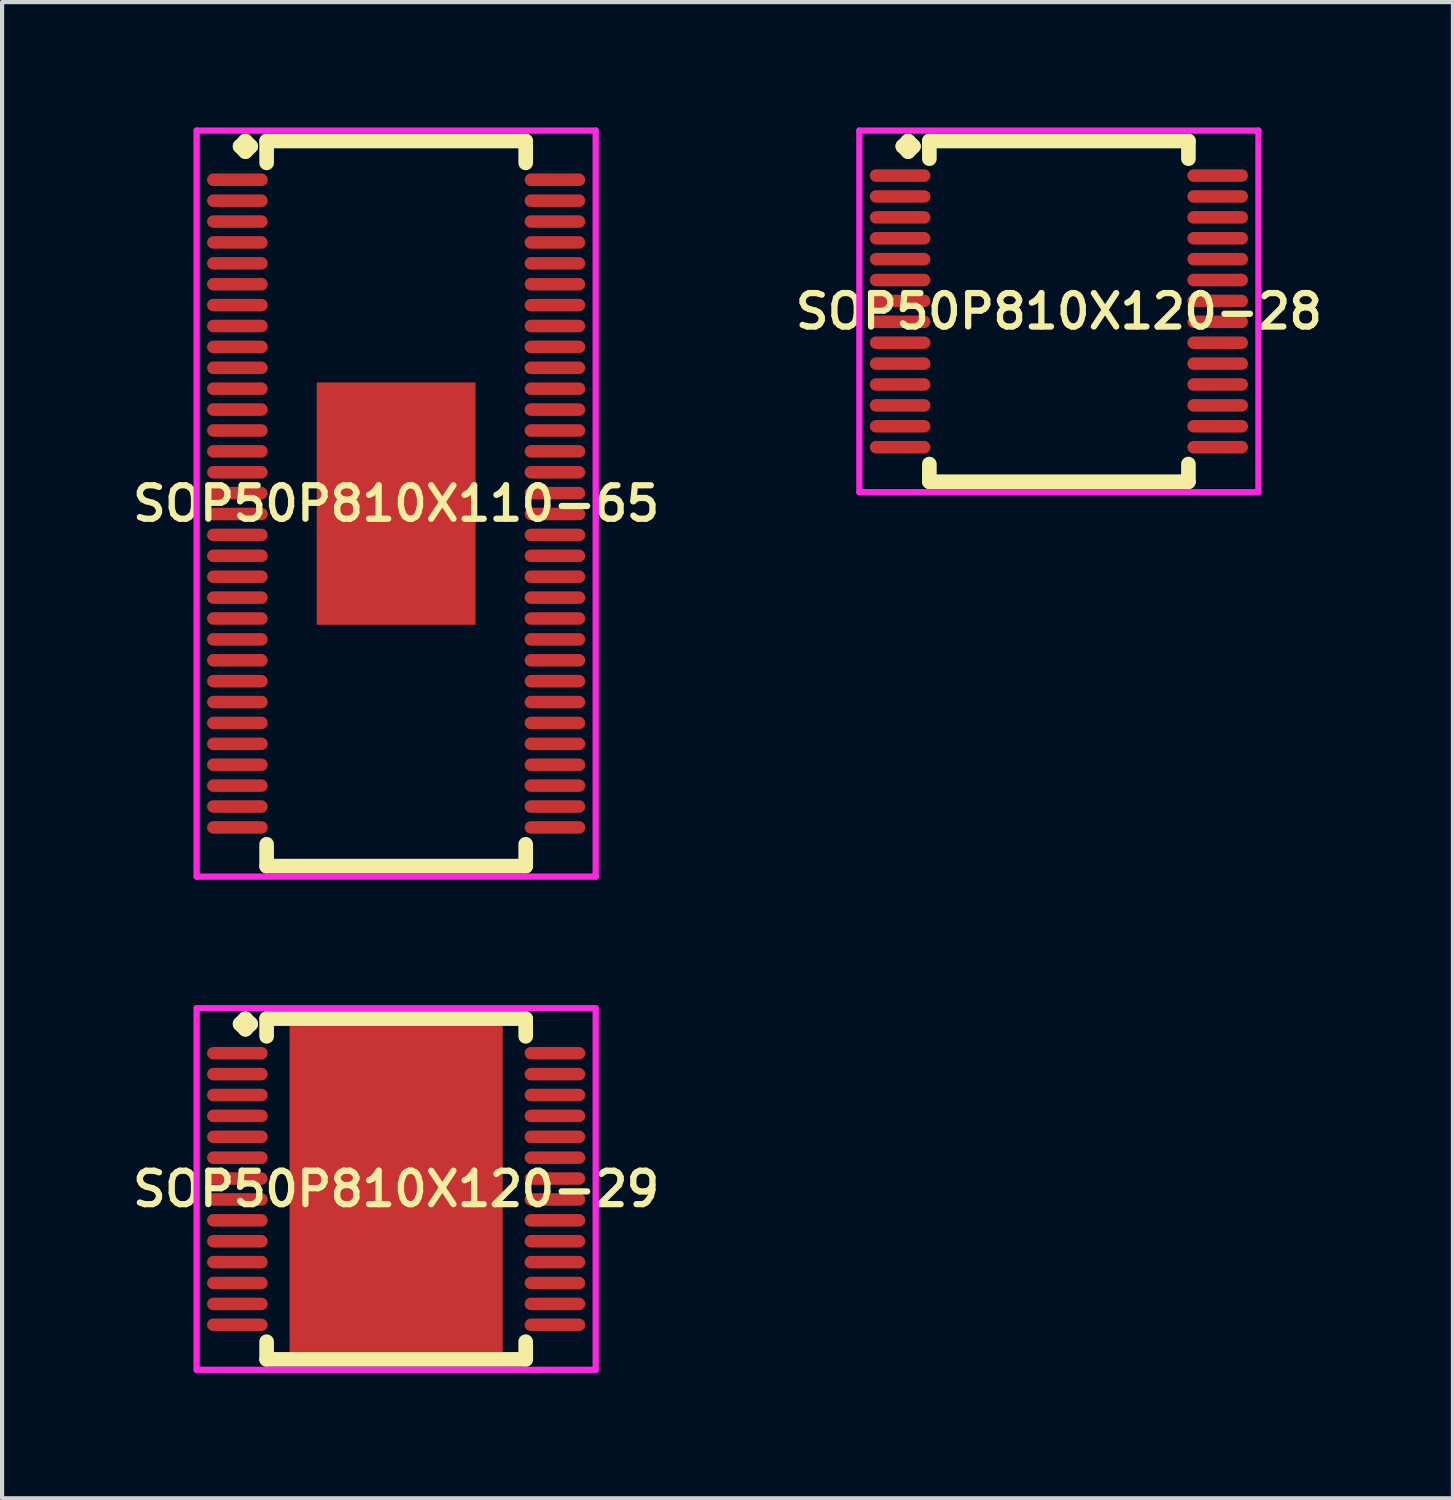
<source format=kicad_pcb>
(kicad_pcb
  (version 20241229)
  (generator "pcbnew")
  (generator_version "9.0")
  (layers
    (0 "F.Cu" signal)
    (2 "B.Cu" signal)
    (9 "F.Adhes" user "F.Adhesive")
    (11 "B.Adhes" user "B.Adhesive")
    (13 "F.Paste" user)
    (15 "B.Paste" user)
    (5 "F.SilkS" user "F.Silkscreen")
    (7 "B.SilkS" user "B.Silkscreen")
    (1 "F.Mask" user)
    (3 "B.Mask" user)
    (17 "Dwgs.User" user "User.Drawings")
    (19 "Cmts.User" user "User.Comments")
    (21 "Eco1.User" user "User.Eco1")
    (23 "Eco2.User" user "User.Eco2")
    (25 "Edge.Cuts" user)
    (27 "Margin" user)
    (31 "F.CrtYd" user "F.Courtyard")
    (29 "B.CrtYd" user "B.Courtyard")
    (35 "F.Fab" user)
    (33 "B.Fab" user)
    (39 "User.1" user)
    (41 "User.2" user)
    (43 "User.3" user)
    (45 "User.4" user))
  (footprint "SOP50P810X120-29"
    (layer "F.Cu")
    (at 6.431 25.406)
    (property "Reference" "SOP50P810X120-29" (at 0 0 0) (layer "F.SilkS") (effects (font (size 0.8 0.8) (thickness 0.15))))
    (attr smd)
    (fp_line (start -3.735 -3.95) (end -3.608 -4.077) (stroke (width 0.35) (type solid)) (layer "F.SilkS"))
    (fp_line (start -3.608 -4.077) (end -3.481 -3.95) (stroke (width 0.35) (type solid)) (layer "F.SilkS"))
    (fp_line (start -3.608 -3.823) (end -3.735 -3.95) (stroke (width 0.35) (type solid)) (layer "F.SilkS"))
    (fp_line (start -3.481 -3.95) (end -3.608 -3.823) (stroke (width 0.35) (type solid)) (layer "F.SilkS"))
    (fp_line (start -3.1 -4.077) (end 3.1 -4.077) (stroke (width 0.35) (type solid)) (layer "F.SilkS"))
    (fp_line (start -3.1 -3.654) (end -3.1 -4.077) (stroke (width 0.35) (type solid)) (layer "F.SilkS"))
    (fp_line (start -3.1 3.654) (end -3.1 4.077) (stroke (width 0.35) (type solid)) (layer "F.SilkS"))
    (fp_line (start -3.1 4.077) (end 3.1 4.077) (stroke (width 0.35) (type solid)) (layer "F.SilkS"))
    (fp_line (start 3.1 -4.077) (end 3.1 -3.654) (stroke (width 0.35) (type solid)) (layer "F.SilkS"))
    (fp_line (start 3.1 4.077) (end 3.1 3.654) (stroke (width 0.35) (type solid)) (layer "F.SilkS"))
    (fp_line (start -4.775 -4.327) (end 4.775 -4.327) (stroke (width 0.15) (type solid)) (layer "F.CrtYd"))
    (fp_line (start -4.775 4.327) (end -4.775 -4.327) (stroke (width 0.15) (type solid)) (layer "F.CrtYd"))
    (fp_line (start 4.775 -4.327) (end 4.775 4.327) (stroke (width 0.15) (type solid)) (layer "F.CrtYd"))
    (fp_line (start 4.775 4.327) (end -4.775 4.327) (stroke (width 0.15) (type solid)) (layer "F.CrtYd"))
    (pad "1" smd oval (at -3.8 -3.25) (size 1.45 0.3) (layers "F.Cu" "F.Mask" "F.Paste"))
    (pad "2" smd oval (at -3.8 -2.75) (size 1.45 0.3) (layers "F.Cu" "F.Mask" "F.Paste"))
    (pad "3" smd oval (at -3.8 -2.25) (size 1.45 0.3) (layers "F.Cu" "F.Mask" "F.Paste"))
    (pad "4" smd oval (at -3.8 -1.75) (size 1.45 0.3) (layers "F.Cu" "F.Mask" "F.Paste"))
    (pad "5" smd oval (at -3.8 -1.25) (size 1.45 0.3) (layers "F.Cu" "F.Mask" "F.Paste"))
    (pad "6" smd oval (at -3.8 -0.75) (size 1.45 0.3) (layers "F.Cu" "F.Mask" "F.Paste"))
    (pad "7" smd oval (at -3.8 -0.25) (size 1.45 0.3) (layers "F.Cu" "F.Mask" "F.Paste"))
    (pad "8" smd oval (at -3.8 0.25) (size 1.45 0.3) (layers "F.Cu" "F.Mask" "F.Paste"))
    (pad "9" smd oval (at -3.8 0.75) (size 1.45 0.3) (layers "F.Cu" "F.Mask" "F.Paste"))
    (pad "10" smd oval (at -3.8 1.25) (size 1.45 0.3) (layers "F.Cu" "F.Mask" "F.Paste"))
    (pad "11" smd oval (at -3.8 1.75) (size 1.45 0.3) (layers "F.Cu" "F.Mask" "F.Paste"))
    (pad "12" smd oval (at -3.8 2.25) (size 1.45 0.3) (layers "F.Cu" "F.Mask" "F.Paste"))
    (pad "13" smd oval (at -3.8 2.75) (size 1.45 0.3) (layers "F.Cu" "F.Mask" "F.Paste"))
    (pad "14" smd oval (at -3.8 3.25) (size 1.45 0.3) (layers "F.Cu" "F.Mask" "F.Paste"))
    (pad "15" smd oval (at 3.8 3.25) (size 1.45 0.3) (layers "F.Cu" "F.Mask" "F.Paste"))
    (pad "16" smd oval (at 3.8 2.75) (size 1.45 0.3) (layers "F.Cu" "F.Mask" "F.Paste"))
    (pad "17" smd oval (at 3.8 2.25) (size 1.45 0.3) (layers "F.Cu" "F.Mask" "F.Paste"))
    (pad "18" smd oval (at 3.8 1.75) (size 1.45 0.3) (layers "F.Cu" "F.Mask" "F.Paste"))
    (pad "19" smd oval (at 3.8 1.25) (size 1.45 0.3) (layers "F.Cu" "F.Mask" "F.Paste"))
    (pad "20" smd oval (at 3.8 0.75) (size 1.45 0.3) (layers "F.Cu" "F.Mask" "F.Paste"))
    (pad "21" smd oval (at 3.8 0.25) (size 1.45 0.3) (layers "F.Cu" "F.Mask" "F.Paste"))
    (pad "22" smd oval (at 3.8 -0.25) (size 1.45 0.3) (layers "F.Cu" "F.Mask" "F.Paste"))
    (pad "23" smd oval (at 3.8 -0.75) (size 1.45 0.3) (layers "F.Cu" "F.Mask" "F.Paste"))
    (pad "24" smd oval (at 3.8 -1.25) (size 1.45 0.3) (layers "F.Cu" "F.Mask" "F.Paste"))
    (pad "25" smd oval (at 3.8 -1.75) (size 1.45 0.3) (layers "F.Cu" "F.Mask" "F.Paste"))
    (pad "26" smd oval (at 3.8 -2.25) (size 1.45 0.3) (layers "F.Cu" "F.Mask" "F.Paste"))
    (pad "27" smd oval (at 3.8 -2.75) (size 1.45 0.3) (layers "F.Cu" "F.Mask" "F.Paste"))
    (pad "28" smd oval (at 3.8 -3.25) (size 1.45 0.3) (layers "F.Cu" "F.Mask" "F.Paste"))
    (pad "29" smd rect (at 0 0) (size 5.1 7.8) (layers "F.Cu" "F.Mask" "F.Paste")))
  (footprint "SOP50P810X110-65"
    (layer "F.Cu")
    (at 6.431 9.002)
    (property "Reference" "SOP50P810X110-65" (at 0 0 0) (layer "F.SilkS") (effects (font (size 0.8 0.8) (thickness 0.15))))
    (attr smd)
    (fp_line (start -3.735 -8.55) (end -3.608 -8.677) (stroke (width 0.35) (type solid)) (layer "F.SilkS"))
    (fp_line (start -3.608 -8.677) (end -3.481 -8.55) (stroke (width 0.35) (type solid)) (layer "F.SilkS"))
    (fp_line (start -3.608 -8.423) (end -3.735 -8.55) (stroke (width 0.35) (type solid)) (layer "F.SilkS"))
    (fp_line (start -3.481 -8.55) (end -3.608 -8.423) (stroke (width 0.35) (type solid)) (layer "F.SilkS"))
    (fp_line (start -3.1 -8.677) (end 3.1 -8.677) (stroke (width 0.35) (type solid)) (layer "F.SilkS"))
    (fp_line (start -3.1 -8.154) (end -3.1 -8.677) (stroke (width 0.35) (type solid)) (layer "F.SilkS"))
    (fp_line (start -3.1 8.154) (end -3.1 8.677) (stroke (width 0.35) (type solid)) (layer "F.SilkS"))
    (fp_line (start -3.1 8.677) (end 3.1 8.677) (stroke (width 0.35) (type solid)) (layer "F.SilkS"))
    (fp_line (start 3.1 -8.677) (end 3.1 -8.154) (stroke (width 0.35) (type solid)) (layer "F.SilkS"))
    (fp_line (start 3.1 8.677) (end 3.1 8.154) (stroke (width 0.35) (type solid)) (layer "F.SilkS"))
    (fp_line (start -4.775 -8.927) (end 4.775 -8.927) (stroke (width 0.15) (type solid)) (layer "F.CrtYd"))
    (fp_line (start -4.775 8.927) (end -4.775 -8.927) (stroke (width 0.15) (type solid)) (layer "F.CrtYd"))
    (fp_line (start 4.775 -8.927) (end 4.775 8.927) (stroke (width 0.15) (type solid)) (layer "F.CrtYd"))
    (fp_line (start 4.775 8.927) (end -4.775 8.927) (stroke (width 0.15) (type solid)) (layer "F.CrtYd"))
    (pad "1" smd oval (at -3.8 -7.75) (size 1.45 0.3) (layers "F.Cu" "F.Mask" "F.Paste"))
    (pad "2" smd oval (at -3.8 -7.25) (size 1.45 0.3) (layers "F.Cu" "F.Mask" "F.Paste"))
    (pad "3" smd oval (at -3.8 -6.75) (size 1.45 0.3) (layers "F.Cu" "F.Mask" "F.Paste"))
    (pad "4" smd oval (at -3.8 -6.25) (size 1.45 0.3) (layers "F.Cu" "F.Mask" "F.Paste"))
    (pad "5" smd oval (at -3.8 -5.75) (size 1.45 0.3) (layers "F.Cu" "F.Mask" "F.Paste"))
    (pad "6" smd oval (at -3.8 -5.25) (size 1.45 0.3) (layers "F.Cu" "F.Mask" "F.Paste"))
    (pad "7" smd oval (at -3.8 -4.75) (size 1.45 0.3) (layers "F.Cu" "F.Mask" "F.Paste"))
    (pad "8" smd oval (at -3.8 -4.25) (size 1.45 0.3) (layers "F.Cu" "F.Mask" "F.Paste"))
    (pad "9" smd oval (at -3.8 -3.75) (size 1.45 0.3) (layers "F.Cu" "F.Mask" "F.Paste"))
    (pad "10" smd oval (at -3.8 -3.25) (size 1.45 0.3) (layers "F.Cu" "F.Mask" "F.Paste"))
    (pad "11" smd oval (at -3.8 -2.75) (size 1.45 0.3) (layers "F.Cu" "F.Mask" "F.Paste"))
    (pad "12" smd oval (at -3.8 -2.25) (size 1.45 0.3) (layers "F.Cu" "F.Mask" "F.Paste"))
    (pad "13" smd oval (at -3.8 -1.75) (size 1.45 0.3) (layers "F.Cu" "F.Mask" "F.Paste"))
    (pad "14" smd oval (at -3.8 -1.25) (size 1.45 0.3) (layers "F.Cu" "F.Mask" "F.Paste"))
    (pad "15" smd oval (at -3.8 -0.75) (size 1.45 0.3) (layers "F.Cu" "F.Mask" "F.Paste"))
    (pad "16" smd oval (at -3.8 -0.25) (size 1.45 0.3) (layers "F.Cu" "F.Mask" "F.Paste"))
    (pad "17" smd oval (at -3.8 0.25) (size 1.45 0.3) (layers "F.Cu" "F.Mask" "F.Paste"))
    (pad "18" smd oval (at -3.8 0.75) (size 1.45 0.3) (layers "F.Cu" "F.Mask" "F.Paste"))
    (pad "19" smd oval (at -3.8 1.25) (size 1.45 0.3) (layers "F.Cu" "F.Mask" "F.Paste"))
    (pad "20" smd oval (at -3.8 1.75) (size 1.45 0.3) (layers "F.Cu" "F.Mask" "F.Paste"))
    (pad "21" smd oval (at -3.8 2.25) (size 1.45 0.3) (layers "F.Cu" "F.Mask" "F.Paste"))
    (pad "22" smd oval (at -3.8 2.75) (size 1.45 0.3) (layers "F.Cu" "F.Mask" "F.Paste"))
    (pad "23" smd oval (at -3.8 3.25) (size 1.45 0.3) (layers "F.Cu" "F.Mask" "F.Paste"))
    (pad "24" smd oval (at -3.8 3.75) (size 1.45 0.3) (layers "F.Cu" "F.Mask" "F.Paste"))
    (pad "25" smd oval (at -3.8 4.25) (size 1.45 0.3) (layers "F.Cu" "F.Mask" "F.Paste"))
    (pad "26" smd oval (at -3.8 4.75) (size 1.45 0.3) (layers "F.Cu" "F.Mask" "F.Paste"))
    (pad "27" smd oval (at -3.8 5.25) (size 1.45 0.3) (layers "F.Cu" "F.Mask" "F.Paste"))
    (pad "28" smd oval (at -3.8 5.75) (size 1.45 0.3) (layers "F.Cu" "F.Mask" "F.Paste"))
    (pad "29" smd oval (at -3.8 6.25) (size 1.45 0.3) (layers "F.Cu" "F.Mask" "F.Paste"))
    (pad "30" smd oval (at -3.8 6.75) (size 1.45 0.3) (layers "F.Cu" "F.Mask" "F.Paste"))
    (pad "31" smd oval (at -3.8 7.25) (size 1.45 0.3) (layers "F.Cu" "F.Mask" "F.Paste"))
    (pad "32" smd oval (at -3.8 7.75) (size 1.45 0.3) (layers "F.Cu" "F.Mask" "F.Paste"))
    (pad "33" smd oval (at 3.8 7.75) (size 1.45 0.3) (layers "F.Cu" "F.Mask" "F.Paste"))
    (pad "34" smd oval (at 3.8 7.25) (size 1.45 0.3) (layers "F.Cu" "F.Mask" "F.Paste"))
    (pad "35" smd oval (at 3.8 6.75) (size 1.45 0.3) (layers "F.Cu" "F.Mask" "F.Paste"))
    (pad "36" smd oval (at 3.8 6.25) (size 1.45 0.3) (layers "F.Cu" "F.Mask" "F.Paste"))
    (pad "37" smd oval (at 3.8 5.75) (size 1.45 0.3) (layers "F.Cu" "F.Mask" "F.Paste"))
    (pad "38" smd oval (at 3.8 5.25) (size 1.45 0.3) (layers "F.Cu" "F.Mask" "F.Paste"))
    (pad "39" smd oval (at 3.8 4.75) (size 1.45 0.3) (layers "F.Cu" "F.Mask" "F.Paste"))
    (pad "40" smd oval (at 3.8 4.25) (size 1.45 0.3) (layers "F.Cu" "F.Mask" "F.Paste"))
    (pad "41" smd oval (at 3.8 3.75) (size 1.45 0.3) (layers "F.Cu" "F.Mask" "F.Paste"))
    (pad "42" smd oval (at 3.8 3.25) (size 1.45 0.3) (layers "F.Cu" "F.Mask" "F.Paste"))
    (pad "43" smd oval (at 3.8 2.75) (size 1.45 0.3) (layers "F.Cu" "F.Mask" "F.Paste"))
    (pad "44" smd oval (at 3.8 2.25) (size 1.45 0.3) (layers "F.Cu" "F.Mask" "F.Paste"))
    (pad "45" smd oval (at 3.8 1.75) (size 1.45 0.3) (layers "F.Cu" "F.Mask" "F.Paste"))
    (pad "46" smd oval (at 3.8 1.25) (size 1.45 0.3) (layers "F.Cu" "F.Mask" "F.Paste"))
    (pad "47" smd oval (at 3.8 0.75) (size 1.45 0.3) (layers "F.Cu" "F.Mask" "F.Paste"))
    (pad "48" smd oval (at 3.8 0.25) (size 1.45 0.3) (layers "F.Cu" "F.Mask" "F.Paste"))
    (pad "49" smd oval (at 3.8 -0.25) (size 1.45 0.3) (layers "F.Cu" "F.Mask" "F.Paste"))
    (pad "50" smd oval (at 3.8 -0.75) (size 1.45 0.3) (layers "F.Cu" "F.Mask" "F.Paste"))
    (pad "51" smd oval (at 3.8 -1.25) (size 1.45 0.3) (layers "F.Cu" "F.Mask" "F.Paste"))
    (pad "52" smd oval (at 3.8 -1.75) (size 1.45 0.3) (layers "F.Cu" "F.Mask" "F.Paste"))
    (pad "53" smd oval (at 3.8 -2.25) (size 1.45 0.3) (layers "F.Cu" "F.Mask" "F.Paste"))
    (pad "54" smd oval (at 3.8 -2.75) (size 1.45 0.3) (layers "F.Cu" "F.Mask" "F.Paste"))
    (pad "55" smd oval (at 3.8 -3.25) (size 1.45 0.3) (layers "F.Cu" "F.Mask" "F.Paste"))
    (pad "56" smd oval (at 3.8 -3.75) (size 1.45 0.3) (layers "F.Cu" "F.Mask" "F.Paste"))
    (pad "57" smd oval (at 3.8 -4.25) (size 1.45 0.3) (layers "F.Cu" "F.Mask" "F.Paste"))
    (pad "58" smd oval (at 3.8 -4.75) (size 1.45 0.3) (layers "F.Cu" "F.Mask" "F.Paste"))
    (pad "59" smd oval (at 3.8 -5.25) (size 1.45 0.3) (layers "F.Cu" "F.Mask" "F.Paste"))
    (pad "60" smd oval (at 3.8 -5.75) (size 1.45 0.3) (layers "F.Cu" "F.Mask" "F.Paste"))
    (pad "61" smd oval (at 3.8 -6.25) (size 1.45 0.3) (layers "F.Cu" "F.Mask" "F.Paste"))
    (pad "62" smd oval (at 3.8 -6.75) (size 1.45 0.3) (layers "F.Cu" "F.Mask" "F.Paste"))
    (pad "63" smd oval (at 3.8 -7.25) (size 1.45 0.3) (layers "F.Cu" "F.Mask" "F.Paste"))
    (pad "64" smd oval (at 3.8 -7.75) (size 1.45 0.3) (layers "F.Cu" "F.Mask" "F.Paste"))
    (pad "65" smd rect (at 0 0) (size 3.8 5.8) (layers "F.Cu" "F.Mask" "F.Paste")))
  (footprint "SOP50P810X120-28"
    (layer "F.Cu")
    (at 22.292 4.402)
    (property "Reference" "SOP50P810X120-28" (at 0 0 0) (layer "F.SilkS") (effects (font (size 0.8 0.8) (thickness 0.15))))
    (attr smd)
    (fp_line (start -3.735 -3.95) (end -3.608 -4.077) (stroke (width 0.35) (type solid)) (layer "F.SilkS"))
    (fp_line (start -3.608 -4.077) (end -3.481 -3.95) (stroke (width 0.35) (type solid)) (layer "F.SilkS"))
    (fp_line (start -3.608 -3.823) (end -3.735 -3.95) (stroke (width 0.35) (type solid)) (layer "F.SilkS"))
    (fp_line (start -3.481 -3.95) (end -3.608 -3.823) (stroke (width 0.35) (type solid)) (layer "F.SilkS"))
    (fp_line (start -3.1 -4.077) (end 3.1 -4.077) (stroke (width 0.35) (type solid)) (layer "F.SilkS"))
    (fp_line (start -3.1 -3.654) (end -3.1 -4.077) (stroke (width 0.35) (type solid)) (layer "F.SilkS"))
    (fp_line (start -3.1 3.654) (end -3.1 4.077) (stroke (width 0.35) (type solid)) (layer "F.SilkS"))
    (fp_line (start -3.1 4.077) (end 3.1 4.077) (stroke (width 0.35) (type solid)) (layer "F.SilkS"))
    (fp_line (start 3.1 -4.077) (end 3.1 -3.654) (stroke (width 0.35) (type solid)) (layer "F.SilkS"))
    (fp_line (start 3.1 4.077) (end 3.1 3.654) (stroke (width 0.35) (type solid)) (layer "F.SilkS"))
    (fp_line (start -4.775 -4.327) (end 4.775 -4.327) (stroke (width 0.15) (type solid)) (layer "F.CrtYd"))
    (fp_line (start -4.775 4.327) (end -4.775 -4.327) (stroke (width 0.15) (type solid)) (layer "F.CrtYd"))
    (fp_line (start 4.775 -4.327) (end 4.775 4.327) (stroke (width 0.15) (type solid)) (layer "F.CrtYd"))
    (fp_line (start 4.775 4.327) (end -4.775 4.327) (stroke (width 0.15) (type solid)) (layer "F.CrtYd"))
    (pad "1" smd oval (at -3.8 -3.25) (size 1.45 0.3) (layers "F.Cu" "F.Mask" "F.Paste"))
    (pad "2" smd oval (at -3.8 -2.75) (size 1.45 0.3) (layers "F.Cu" "F.Mask" "F.Paste"))
    (pad "3" smd oval (at -3.8 -2.25) (size 1.45 0.3) (layers "F.Cu" "F.Mask" "F.Paste"))
    (pad "4" smd oval (at -3.8 -1.75) (size 1.45 0.3) (layers "F.Cu" "F.Mask" "F.Paste"))
    (pad "5" smd oval (at -3.8 -1.25) (size 1.45 0.3) (layers "F.Cu" "F.Mask" "F.Paste"))
    (pad "6" smd oval (at -3.8 -0.75) (size 1.45 0.3) (layers "F.Cu" "F.Mask" "F.Paste"))
    (pad "7" smd oval (at -3.8 -0.25) (size 1.45 0.3) (layers "F.Cu" "F.Mask" "F.Paste"))
    (pad "8" smd oval (at -3.8 0.25) (size 1.45 0.3) (layers "F.Cu" "F.Mask" "F.Paste"))
    (pad "9" smd oval (at -3.8 0.75) (size 1.45 0.3) (layers "F.Cu" "F.Mask" "F.Paste"))
    (pad "10" smd oval (at -3.8 1.25) (size 1.45 0.3) (layers "F.Cu" "F.Mask" "F.Paste"))
    (pad "11" smd oval (at -3.8 1.75) (size 1.45 0.3) (layers "F.Cu" "F.Mask" "F.Paste"))
    (pad "12" smd oval (at -3.8 2.25) (size 1.45 0.3) (layers "F.Cu" "F.Mask" "F.Paste"))
    (pad "13" smd oval (at -3.8 2.75) (size 1.45 0.3) (layers "F.Cu" "F.Mask" "F.Paste"))
    (pad "14" smd oval (at -3.8 3.25) (size 1.45 0.3) (layers "F.Cu" "F.Mask" "F.Paste"))
    (pad "15" smd oval (at 3.8 3.25) (size 1.45 0.3) (layers "F.Cu" "F.Mask" "F.Paste"))
    (pad "16" smd oval (at 3.8 2.75) (size 1.45 0.3) (layers "F.Cu" "F.Mask" "F.Paste"))
    (pad "17" smd oval (at 3.8 2.25) (size 1.45 0.3) (layers "F.Cu" "F.Mask" "F.Paste"))
    (pad "18" smd oval (at 3.8 1.75) (size 1.45 0.3) (layers "F.Cu" "F.Mask" "F.Paste"))
    (pad "19" smd oval (at 3.8 1.25) (size 1.45 0.3) (layers "F.Cu" "F.Mask" "F.Paste"))
    (pad "20" smd oval (at 3.8 0.75) (size 1.45 0.3) (layers "F.Cu" "F.Mask" "F.Paste"))
    (pad "21" smd oval (at 3.8 0.25) (size 1.45 0.3) (layers "F.Cu" "F.Mask" "F.Paste"))
    (pad "22" smd oval (at 3.8 -0.25) (size 1.45 0.3) (layers "F.Cu" "F.Mask" "F.Paste"))
    (pad "23" smd oval (at 3.8 -0.75) (size 1.45 0.3) (layers "F.Cu" "F.Mask" "F.Paste"))
    (pad "24" smd oval (at 3.8 -1.25) (size 1.45 0.3) (layers "F.Cu" "F.Mask" "F.Paste"))
    (pad "25" smd oval (at 3.8 -1.75) (size 1.45 0.3) (layers "F.Cu" "F.Mask" "F.Paste"))
    (pad "26" smd oval (at 3.8 -2.25) (size 1.45 0.3) (layers "F.Cu" "F.Mask" "F.Paste"))
    (pad "27" smd oval (at 3.8 -2.75) (size 1.45 0.3) (layers "F.Cu" "F.Mask" "F.Paste"))
    (pad "28" smd oval (at 3.8 -3.25) (size 1.45 0.3) (layers "F.Cu" "F.Mask" "F.Paste")))
  (gr_rect
    (start -3 -3)
    (end 31.723 32.808)
    (stroke (width 0.1) (type default))
    (fill no)
    (layer "Edge.Cuts")))
</source>
